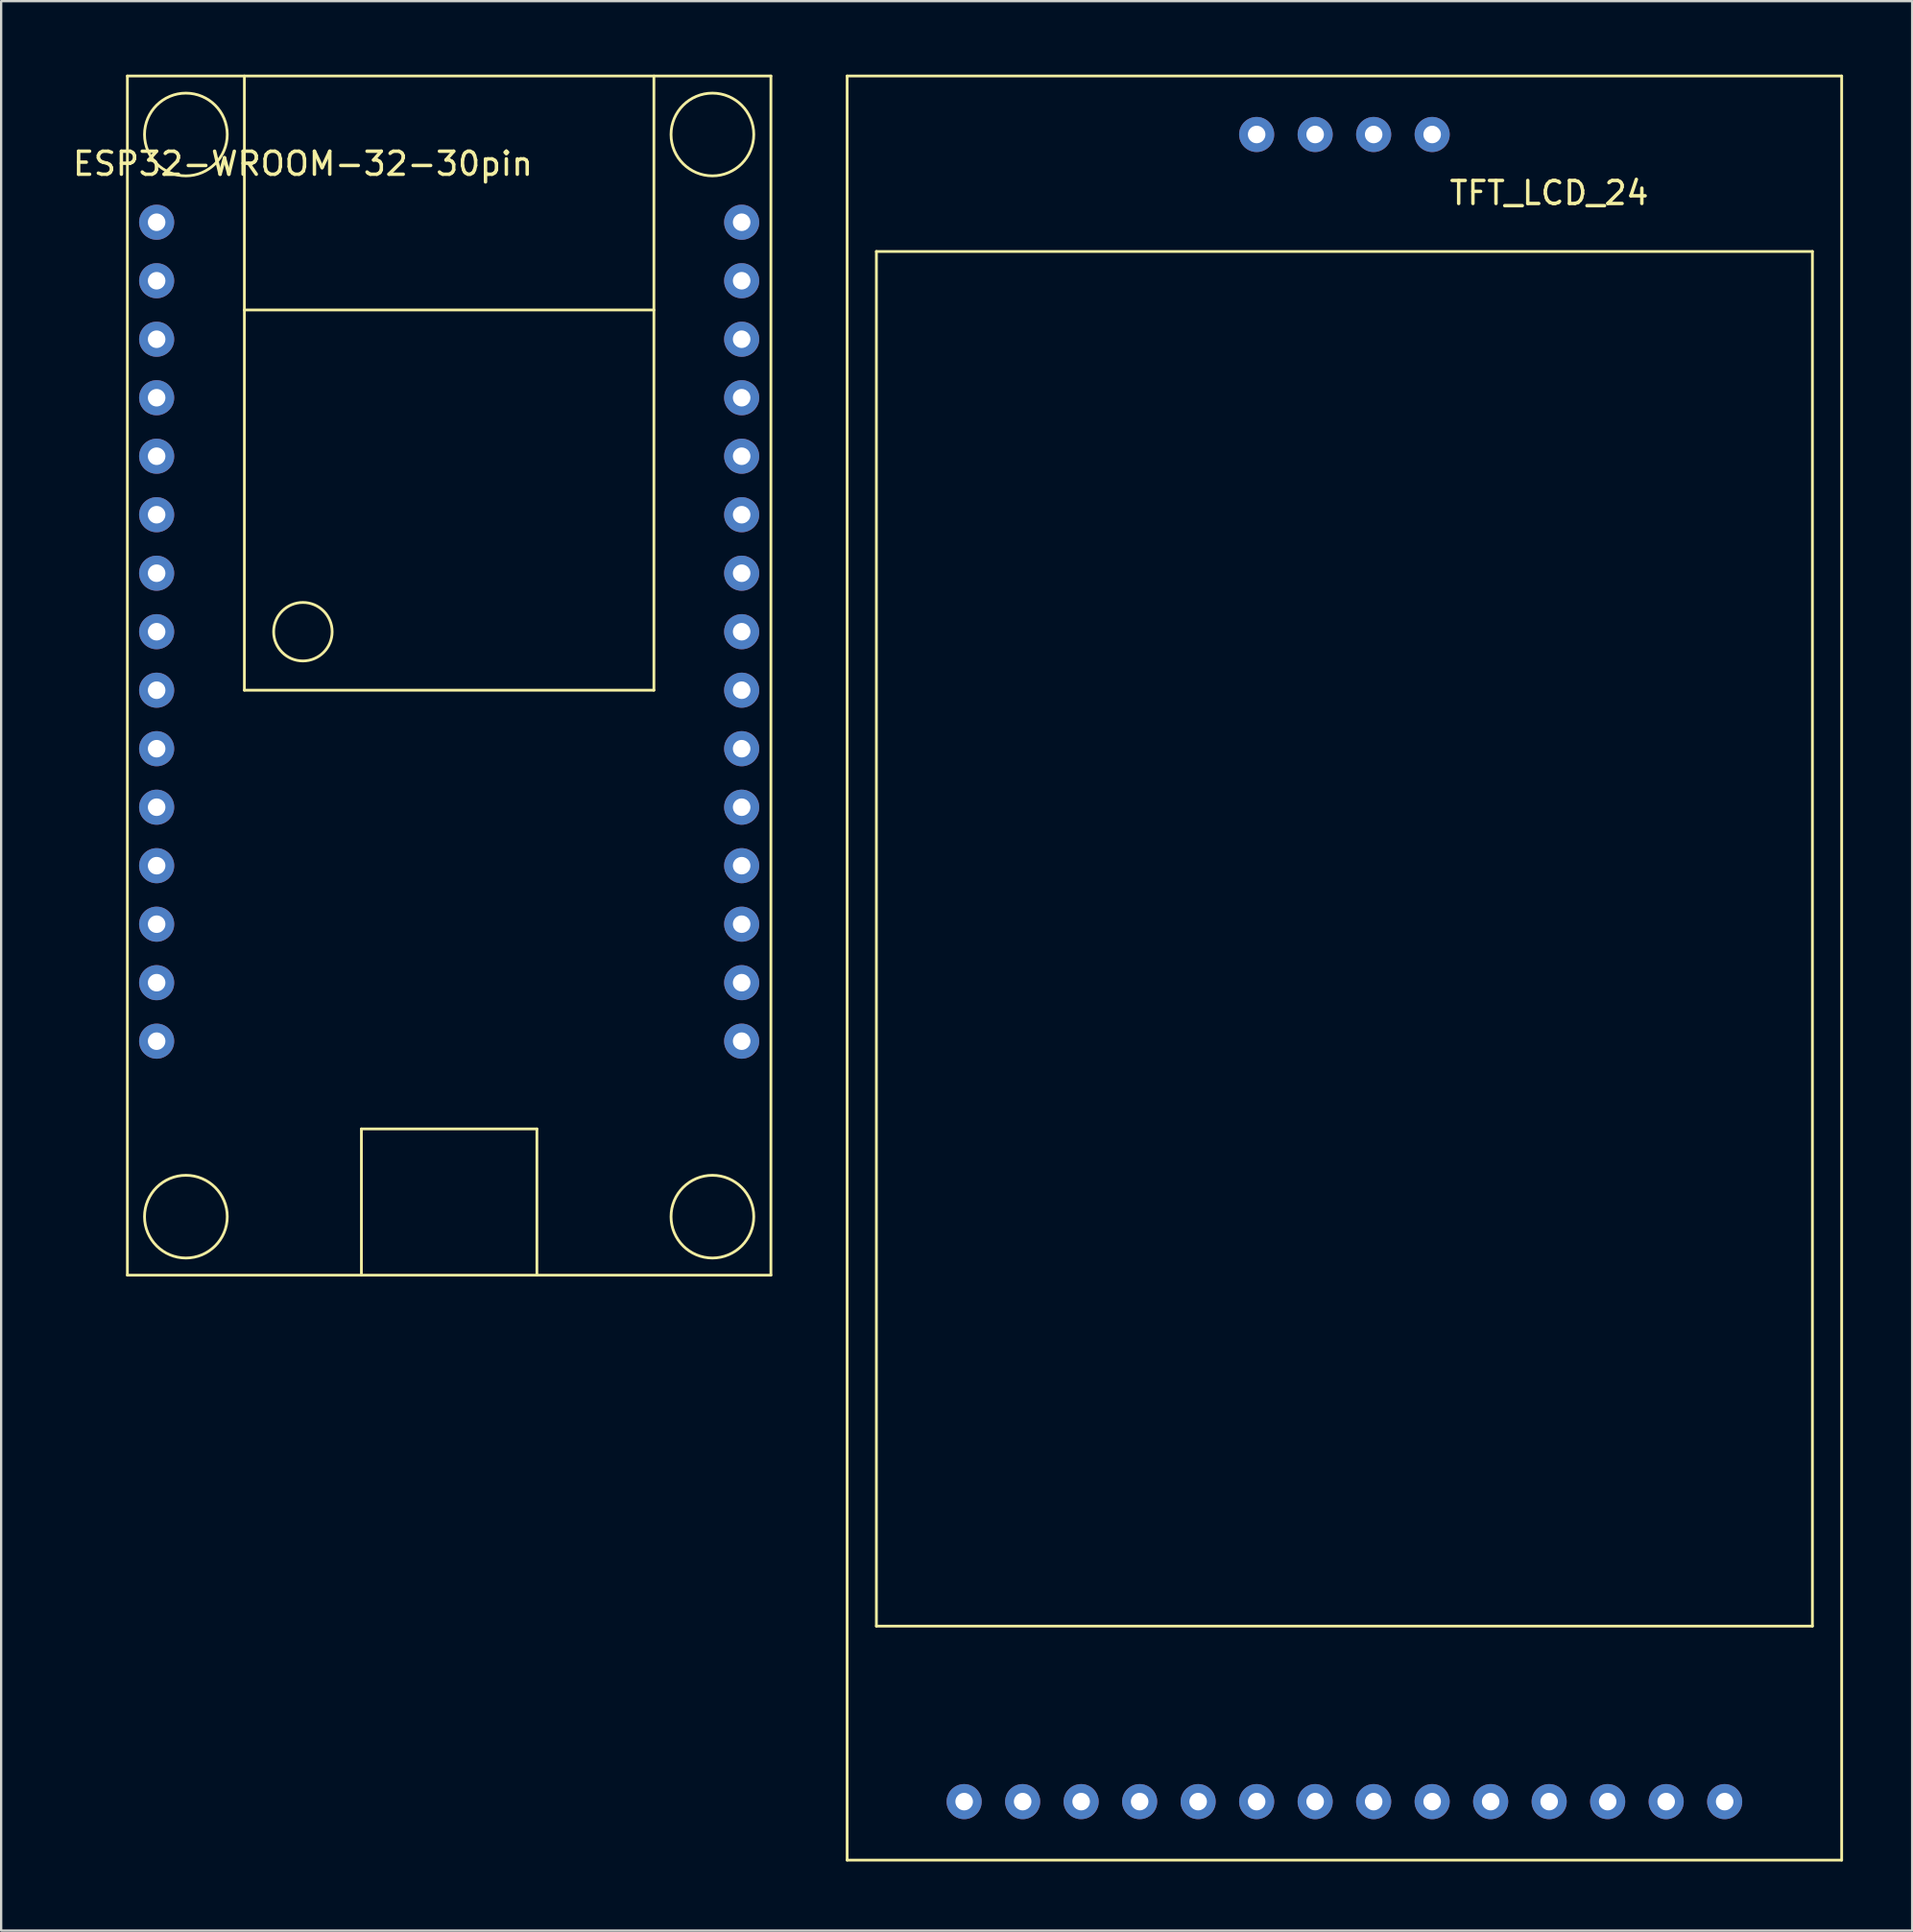
<source format=kicad_pcb>
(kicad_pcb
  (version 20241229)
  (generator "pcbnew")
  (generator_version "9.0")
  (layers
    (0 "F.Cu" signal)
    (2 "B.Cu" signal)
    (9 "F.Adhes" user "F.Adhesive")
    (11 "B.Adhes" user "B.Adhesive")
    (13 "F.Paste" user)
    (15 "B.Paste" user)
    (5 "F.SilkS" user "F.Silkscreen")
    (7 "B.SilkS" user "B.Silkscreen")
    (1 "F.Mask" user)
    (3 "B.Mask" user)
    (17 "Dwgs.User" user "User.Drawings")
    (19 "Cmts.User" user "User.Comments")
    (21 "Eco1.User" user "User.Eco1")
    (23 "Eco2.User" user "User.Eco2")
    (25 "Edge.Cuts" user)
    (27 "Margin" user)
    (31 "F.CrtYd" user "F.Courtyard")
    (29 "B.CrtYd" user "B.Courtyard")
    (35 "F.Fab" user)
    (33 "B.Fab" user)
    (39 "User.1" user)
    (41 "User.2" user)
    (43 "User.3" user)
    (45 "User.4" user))
  (footprint "ESP32-WROOM-32-30pin"
    (layer "F.Cu")
    (at 2.481 0.25)
    (property "Reference" "ESP32-WROOM-32-30pin" (at 7.62 3.81 0) (layer "F.SilkS") (effects (font (size 1 1) (thickness 0.15))))
    (attr through_hole)
    (fp_line (start 0 0) (end 27.94 0) (stroke (width 0.12) (type solid)) (layer "F.SilkS"))
    (fp_line (start 0 52.07) (end 0 0) (stroke (width 0.12) (type solid)) (layer "F.SilkS"))
    (fp_line (start 5.08 0) (end 5.08 26.67) (stroke (width 0.12) (type solid)) (layer "F.SilkS"))
    (fp_line (start 5.08 10.16) (end 22.86 10.16) (stroke (width 0.12) (type solid)) (layer "F.SilkS"))
    (fp_line (start 5.08 26.67) (end 22.86 26.67) (stroke (width 0.12) (type solid)) (layer "F.SilkS"))
    (fp_line (start 10.16 45.72) (end 17.78 45.72) (stroke (width 0.12) (type solid)) (layer "F.SilkS"))
    (fp_line (start 10.16 52.07) (end 10.16 45.72) (stroke (width 0.12) (type solid)) (layer "F.SilkS"))
    (fp_line (start 17.78 45.72) (end 17.78 52.07) (stroke (width 0.12) (type solid)) (layer "F.SilkS"))
    (fp_line (start 22.86 26.67) (end 22.86 0) (stroke (width 0.12) (type solid)) (layer "F.SilkS"))
    (fp_line (start 27.94 0) (end 27.94 52.07) (stroke (width 0.12) (type solid)) (layer "F.SilkS"))
    (fp_line (start 27.94 52.07) (end 0 52.07) (stroke (width 0.12) (type solid)) (layer "F.SilkS"))
    (fp_circle (center 2.54 2.54) (end 3.81 3.81) (stroke (width 0.12) (type solid)) (fill no) (layer "F.SilkS"))
    (fp_circle (center 2.54 49.53) (end 3.81 50.8) (stroke (width 0.12) (type solid)) (fill no) (layer "F.SilkS"))
    (fp_circle (center 7.62 24.13) (end 7.62 25.4) (stroke (width 0.12) (type solid)) (fill no) (layer "F.SilkS"))
    (fp_circle (center 25.4 2.54) (end 26.67 3.81) (stroke (width 0.12) (type solid)) (fill no) (layer "F.SilkS"))
    (fp_circle (center 25.4 49.53) (end 26.67 50.8) (stroke (width 0.12) (type solid)) (fill no) (layer "F.SilkS"))
    (pad "1" thru_hole circle (at 1.27 41.91) (size 1.524 1.524) (drill 0.762) (layers "*.Cu" "*.Mask"))
    (pad "2" thru_hole circle (at 1.27 39.37) (size 1.524 1.524) (drill 0.762) (layers "*.Cu" "*.Mask"))
    (pad "3" thru_hole circle (at 1.27 36.83) (size 1.524 1.524) (drill 0.762) (layers "*.Cu" "*.Mask"))
    (pad "4" thru_hole circle (at 1.27 34.29) (size 1.524 1.524) (drill 0.762) (layers "*.Cu" "*.Mask"))
    (pad "5" thru_hole circle (at 1.27 31.75) (size 1.524 1.524) (drill 0.762) (layers "*.Cu" "*.Mask"))
    (pad "6" thru_hole circle (at 1.27 29.21) (size 1.524 1.524) (drill 0.762) (layers "*.Cu" "*.Mask"))
    (pad "7" thru_hole circle (at 1.27 26.67) (size 1.524 1.524) (drill 0.762) (layers "*.Cu" "*.Mask"))
    (pad "8" thru_hole circle (at 1.27 24.13) (size 1.524 1.524) (drill 0.762) (layers "*.Cu" "*.Mask"))
    (pad "9" thru_hole circle (at 1.27 21.59) (size 1.524 1.524) (drill 0.762) (layers "*.Cu" "*.Mask"))
    (pad "10" thru_hole circle (at 1.27 19.05) (size 1.524 1.524) (drill 0.762) (layers "*.Cu" "*.Mask"))
    (pad "11" thru_hole circle (at 1.27 16.51) (size 1.524 1.524) (drill 0.762) (layers "*.Cu" "*.Mask"))
    (pad "12" thru_hole circle (at 1.27 13.97) (size 1.524 1.524) (drill 0.762) (layers "*.Cu" "*.Mask"))
    (pad "13" thru_hole circle (at 1.27 11.43) (size 1.524 1.524) (drill 0.762) (layers "*.Cu" "*.Mask"))
    (pad "14" thru_hole circle (at 1.27 8.89) (size 1.524 1.524) (drill 0.762) (layers "*.Cu" "*.Mask"))
    (pad "15" thru_hole circle (at 1.27 6.35) (size 1.524 1.524) (drill 0.762) (layers "*.Cu" "*.Mask"))
    (pad "16" thru_hole circle (at 26.67 41.91) (size 1.524 1.524) (drill 0.762) (layers "*.Cu" "*.Mask"))
    (pad "17" thru_hole circle (at 26.67 39.37) (size 1.524 1.524) (drill 0.762) (layers "*.Cu" "*.Mask"))
    (pad "18" thru_hole circle (at 26.67 36.83) (size 1.524 1.524) (drill 0.762) (layers "*.Cu" "*.Mask"))
    (pad "19" thru_hole circle (at 26.67 34.29) (size 1.524 1.524) (drill 0.762) (layers "*.Cu" "*.Mask"))
    (pad "20" thru_hole circle (at 26.67 31.75) (size 1.524 1.524) (drill 0.762) (layers "*.Cu" "*.Mask"))
    (pad "21" thru_hole circle (at 26.67 29.21) (size 1.524 1.524) (drill 0.762) (layers "*.Cu" "*.Mask"))
    (pad "22" thru_hole circle (at 26.67 26.67) (size 1.524 1.524) (drill 0.762) (layers "*.Cu" "*.Mask"))
    (pad "23" thru_hole circle (at 26.67 24.13) (size 1.524 1.524) (drill 0.762) (layers "*.Cu" "*.Mask"))
    (pad "24" thru_hole circle (at 26.67 21.59) (size 1.524 1.524) (drill 0.762) (layers "*.Cu" "*.Mask"))
    (pad "25" thru_hole circle (at 26.67 19.05) (size 1.524 1.524) (drill 0.762) (layers "*.Cu" "*.Mask"))
    (pad "26" thru_hole circle (at 26.67 16.51) (size 1.524 1.524) (drill 0.762) (layers "*.Cu" "*.Mask"))
    (pad "27" thru_hole circle (at 26.67 13.97) (size 1.524 1.524) (drill 0.762) (layers "*.Cu" "*.Mask"))
    (pad "28" thru_hole circle (at 26.67 11.43) (size 1.524 1.524) (drill 0.762) (layers "*.Cu" "*.Mask"))
    (pad "29" thru_hole circle (at 26.67 8.89) (size 1.524 1.524) (drill 0.762) (layers "*.Cu" "*.Mask"))
    (pad "30" thru_hole circle (at 26.67 6.35) (size 1.524 1.524) (drill 0.762) (layers "*.Cu" "*.Mask")))
  (footprint "TFT_LCD_24"
    (layer "F.Cu")
    (at 33.731 0.25)
    (property "Reference" "TFT_LCD_24" (at 30.48 5.08 0) (layer "F.SilkS") (effects (font (size 1 1) (thickness 0.15))))
    (attr through_hole)
    (fp_line (start 0 0) (end 43.18 0) (stroke (width 0.12) (type solid)) (layer "F.SilkS"))
    (fp_line (start 0 77.47) (end 0 0) (stroke (width 0.12) (type solid)) (layer "F.SilkS"))
    (fp_line (start 1.27 7.62) (end 41.91 7.62) (stroke (width 0.12) (type solid)) (layer "F.SilkS"))
    (fp_line (start 1.27 67.31) (end 1.27 7.62) (stroke (width 0.12) (type solid)) (layer "F.SilkS"))
    (fp_line (start 41.91 7.62) (end 41.91 67.31) (stroke (width 0.12) (type solid)) (layer "F.SilkS"))
    (fp_line (start 41.91 67.31) (end 1.27 67.31) (stroke (width 0.12) (type solid)) (layer "F.SilkS"))
    (fp_line (start 43.18 0) (end 43.18 77.47) (stroke (width 0.12) (type solid)) (layer "F.SilkS"))
    (fp_line (start 43.18 77.47) (end 0 77.47) (stroke (width 0.12) (type solid)) (layer "F.SilkS"))
    (pad "1" thru_hole circle (at 5.08 74.93) (size 1.524 1.524) (drill 0.762) (layers "*.Cu" "*.Mask"))
    (pad "2" thru_hole circle (at 7.62 74.93) (size 1.524 1.524) (drill 0.762) (layers "*.Cu" "*.Mask"))
    (pad "3" thru_hole circle (at 10.16 74.93) (size 1.524 1.524) (drill 0.762) (layers "*.Cu" "*.Mask"))
    (pad "4" thru_hole circle (at 12.7 74.93) (size 1.524 1.524) (drill 0.762) (layers "*.Cu" "*.Mask"))
    (pad "5" thru_hole circle (at 15.24 74.93) (size 1.524 1.524) (drill 0.762) (layers "*.Cu" "*.Mask"))
    (pad "6" thru_hole circle (at 17.78 74.93) (size 1.524 1.524) (drill 0.762) (layers "*.Cu" "*.Mask"))
    (pad "7" thru_hole circle (at 20.32 74.93) (size 1.524 1.524) (drill 0.762) (layers "*.Cu" "*.Mask"))
    (pad "8" thru_hole circle (at 22.86 74.93) (size 1.524 1.524) (drill 0.762) (layers "*.Cu" "*.Mask"))
    (pad "9" thru_hole circle (at 25.4 74.93) (size 1.524 1.524) (drill 0.762) (layers "*.Cu" "*.Mask"))
    (pad "10" thru_hole circle (at 27.94 74.93) (size 1.524 1.524) (drill 0.762) (layers "*.Cu" "*.Mask"))
    (pad "11" thru_hole circle (at 30.48 74.93) (size 1.524 1.524) (drill 0.762) (layers "*.Cu" "*.Mask"))
    (pad "12" thru_hole circle (at 33.02 74.93) (size 1.524 1.524) (drill 0.762) (layers "*.Cu" "*.Mask"))
    (pad "13" thru_hole circle (at 35.56 74.93) (size 1.524 1.524) (drill 0.762) (layers "*.Cu" "*.Mask"))
    (pad "14" thru_hole circle (at 38.1 74.93) (size 1.524 1.524) (drill 0.762) (layers "*.Cu" "*.Mask"))
    (pad "15" thru_hole circle (at 17.78 2.54) (size 1.524 1.524) (drill 0.762) (layers "*.Cu" "*.Mask"))
    (pad "16" thru_hole circle (at 20.32 2.54) (size 1.524 1.524) (drill 0.762) (layers "*.Cu" "*.Mask"))
    (pad "17" thru_hole circle (at 22.86 2.54) (size 1.524 1.524) (drill 0.762) (layers "*.Cu" "*.Mask"))
    (pad "18" thru_hole circle (at 25.4 2.54) (size 1.524 1.524) (drill 0.762) (layers "*.Cu" "*.Mask")))
  (gr_rect
    (start -3 -3)
    (end 79.971 80.78)
    (stroke (width 0.1) (type default))
    (fill no)
    (layer "Edge.Cuts")))
</source>
